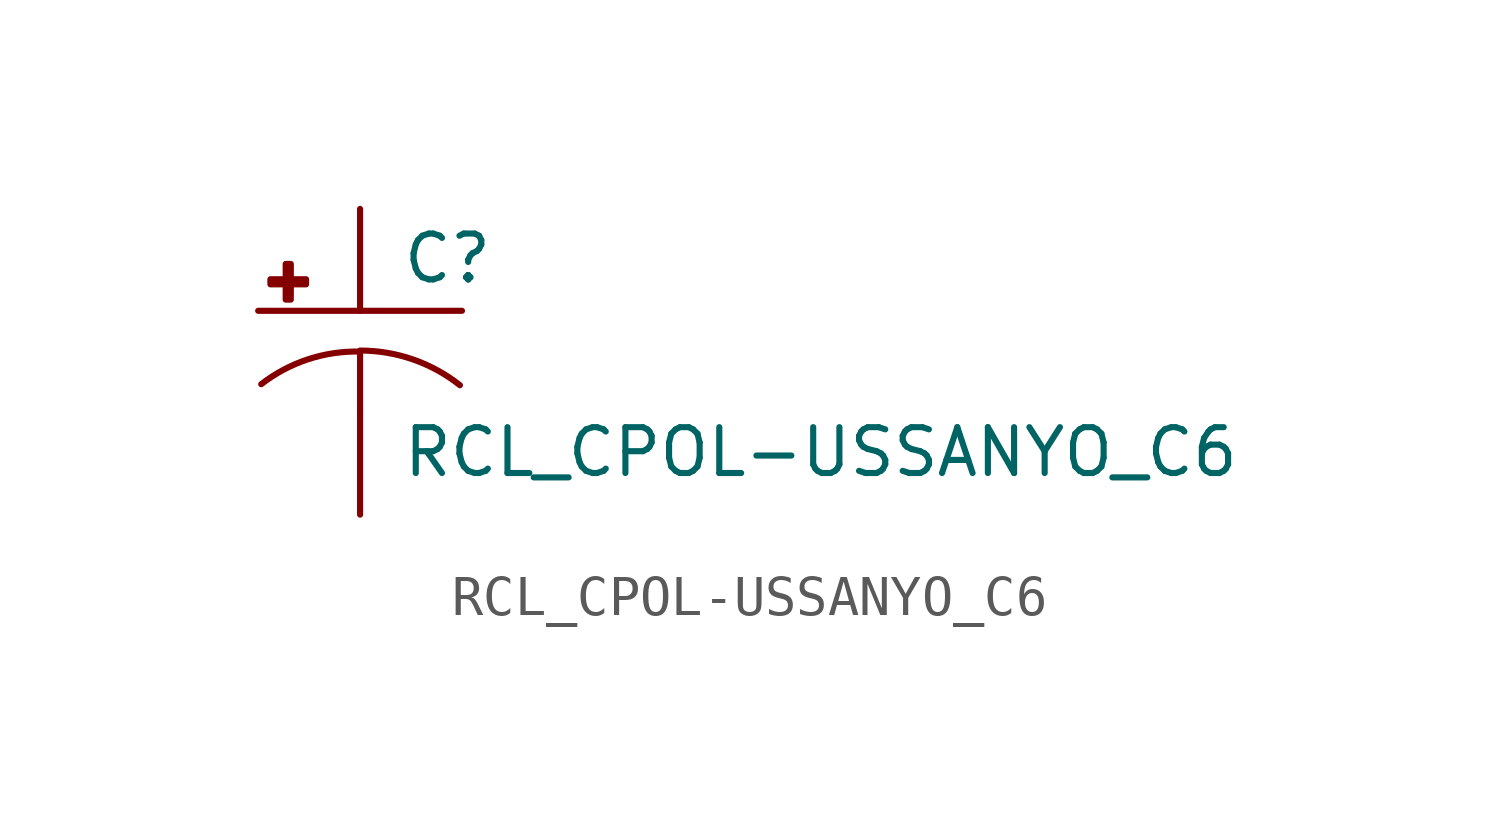
<source format=kicad_sym>
(kicad_symbol_lib
  (version 20210619)
  (generator kicad_symbol_editor)
  (symbol "RCL_CPOL-USSANYO_C6"
    (pin_numbers hide)
    (pin_names
      (offset 1.016) hide)
    (property "Reference" "C"
      (at 1.016 0.635 0)
      (effects (font (size 1.143 1.143)) (justify left bottom)))
    (property "Value" "RCL_CPOL-USSANYO_C6"
      (at 1.016 -4.191 0)
      (effects (font (size 1.143 1.143)) (justify left bottom)))
    (property "ki_locked" ""
      (at 0 0 0)
      (effects (font (size 1.27 1.27))))
    (symbol "RCL_CPOL-USSANYO_C6_1_0"
      (polyline (pts (xy -2.54 0) (xy 2.54 0)) (stroke (width 0)) (fill (type none)))
      (polyline (pts (xy 0 -1.016) (xy 0 -2.54)) (stroke (width 0)) (fill (type none)))
      (polyline (pts (xy 0 -1.016) (xy 0 -1.016)) (stroke (width 0)) (fill (type none))))
    (symbol "RCL_CPOL-USSANYO_C6_1_1"
      (arc (start 0 -1.016) (end -2.4638 -1.8288) (radius (at 0 -5.0546) (length 4.0386) (angles 90.1 127.3)) (stroke (width 0)) (fill (type none)))
      (arc (start 2.4892 -1.8542) (end 0 -0.9906) (radius (at 0 -5.0292) (length 4.0386) (angles 52.3 89.9)) (stroke (width 0)) (fill (type none)))
      (rectangle (start -2.235 0.66) (end -1.346 0.787) (stroke (width 0)) (fill (type outline)))
      (rectangle (start -1.854 0.279) (end -1.727 1.168) (stroke (width 0)) (fill (type outline)))
      (pin passive line (at 0 2.54 270) (length 2.54) (name "+" (effects (font (size 1.016 1.016)))) (number "+" (effects (font (size 1.016 1.016)))))
      (pin passive line (at 0 -5.08 90) (length 2.54) (name "-" (effects (font (size 1.016 1.016)))) (number "-" (effects (font (size 1.016 1.016))))))))
</source>
